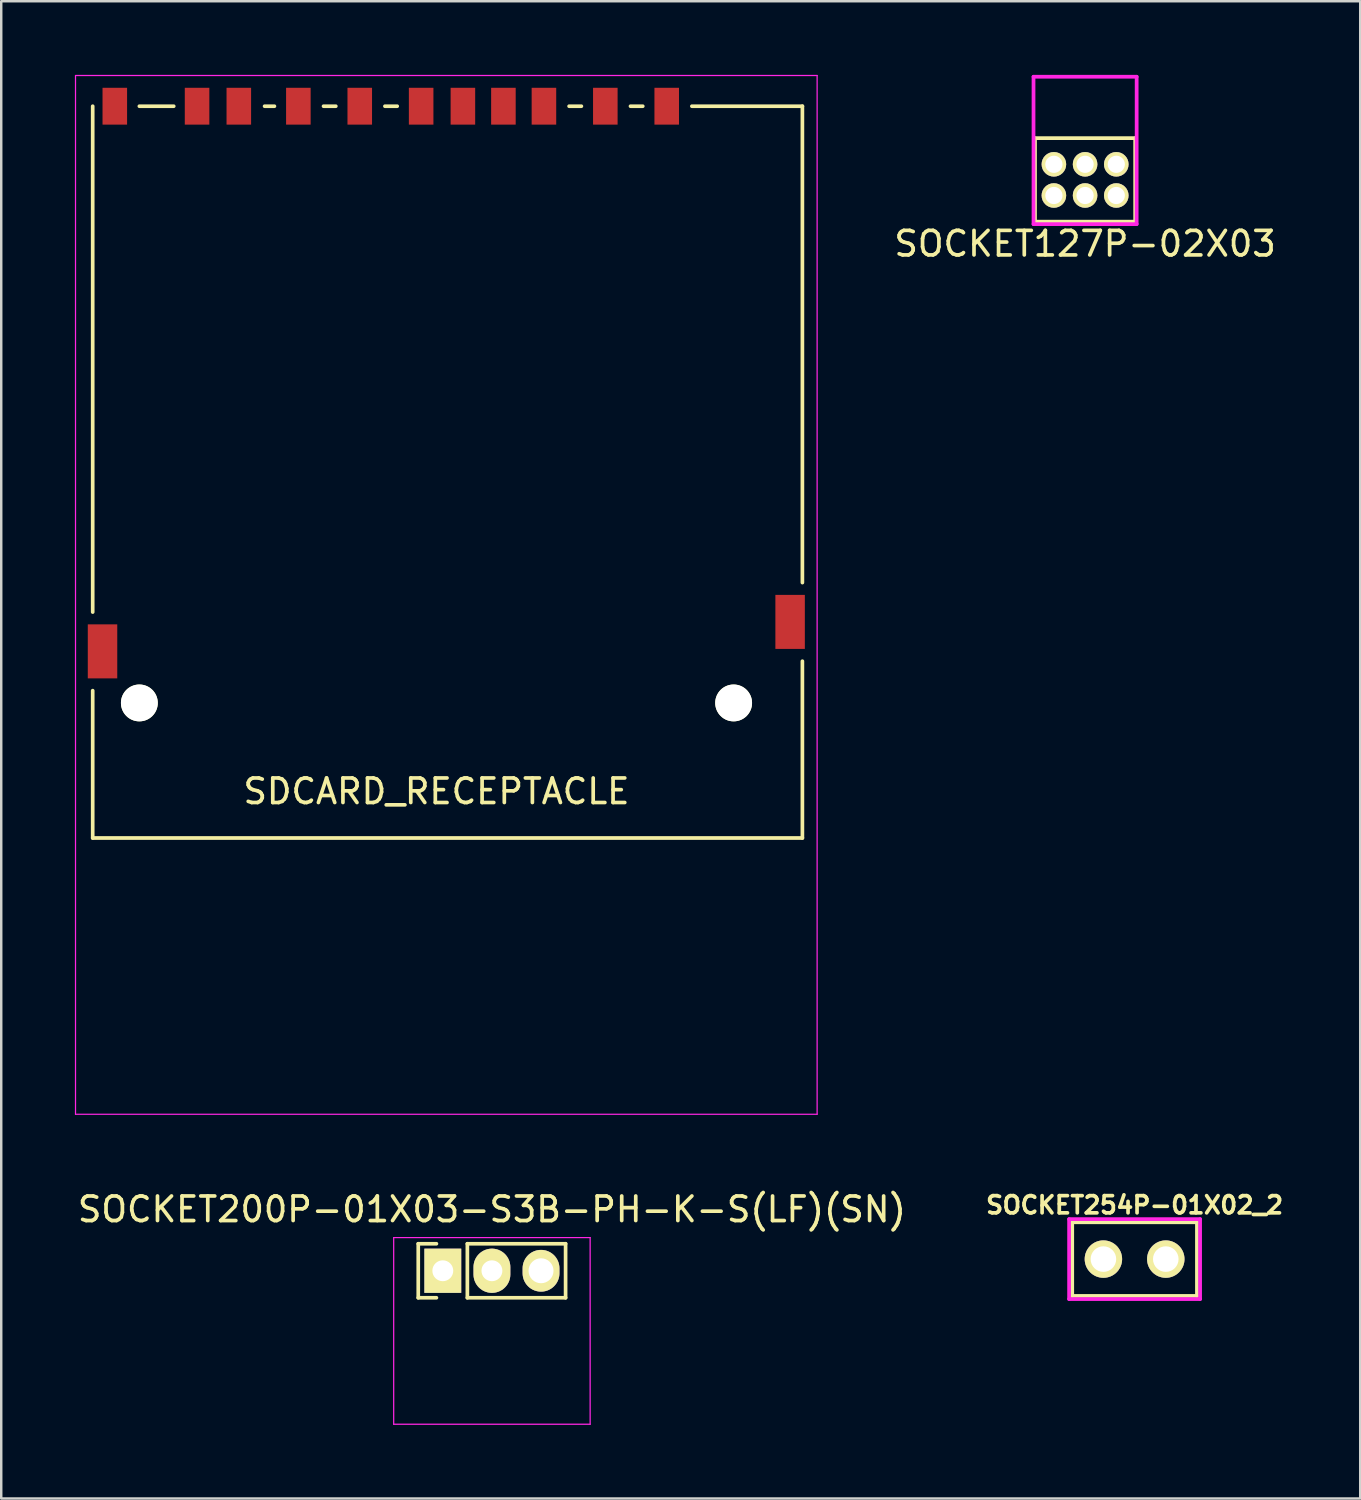
<source format=kicad_pcb>
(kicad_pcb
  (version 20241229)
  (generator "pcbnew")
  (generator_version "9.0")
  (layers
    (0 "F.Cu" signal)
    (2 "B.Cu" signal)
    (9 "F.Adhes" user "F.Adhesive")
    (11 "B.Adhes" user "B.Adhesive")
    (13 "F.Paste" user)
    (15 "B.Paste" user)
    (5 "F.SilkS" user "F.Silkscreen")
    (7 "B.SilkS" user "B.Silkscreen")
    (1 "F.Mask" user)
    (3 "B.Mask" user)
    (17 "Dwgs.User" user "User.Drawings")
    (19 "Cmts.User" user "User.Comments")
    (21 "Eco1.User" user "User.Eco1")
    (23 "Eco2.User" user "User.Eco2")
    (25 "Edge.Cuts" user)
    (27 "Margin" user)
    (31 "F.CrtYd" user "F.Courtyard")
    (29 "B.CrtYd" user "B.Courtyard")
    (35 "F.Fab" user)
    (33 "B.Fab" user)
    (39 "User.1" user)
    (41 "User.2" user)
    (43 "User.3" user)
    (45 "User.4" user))
  (footprint "SOCKET200P-01X03-S3B-PH-K-S(LF)(SN)"
    (layer "F.Cu")
    (at 16.982 48.698)
    (property "Reference" "SOCKET200P-01X03-S3B-PH-K-S(LF)(SN)" (at 0 -2.5 0) (layer "F.SilkS") (effects (font (size 1 1) (thickness 0.15))))
    (attr through_hole)
    (fp_line (start -3 -1.1) (end -3 1.1) (stroke (width 0.15) (type solid)) (layer "F.SilkS"))
    (fp_line (start -3 -1.1) (end -2.26 -1.1) (stroke (width 0.15) (type solid)) (layer "F.SilkS"))
    (fp_line (start -2.26 1.1) (end -3 1.1) (stroke (width 0.15) (type solid)) (layer "F.SilkS"))
    (fp_line (start -1 -1.1) (end 3 -1.1) (stroke (width 0.15) (type solid)) (layer "F.SilkS"))
    (fp_line (start -1 1.1) (end -1 -1.1) (stroke (width 0.15) (type solid)) (layer "F.SilkS"))
    (fp_line (start -1 1.1) (end 3 1.1) (stroke (width 0.15) (type solid)) (layer "F.SilkS"))
    (fp_line (start 3 -1.1) (end 3 1.1) (stroke (width 0.15) (type solid)) (layer "F.SilkS"))
    (fp_line (start -4 -1.35) (end -4 6.25) (stroke (width 0.05) (type solid)) (layer "F.CrtYd"))
    (fp_line (start -4 -1.35) (end 4 -1.35) (stroke (width 0.05) (type solid)) (layer "F.CrtYd"))
    (fp_line (start -4 6.25) (end 4 6.25) (stroke (width 0.05) (type solid)) (layer "F.CrtYd"))
    (fp_line (start 4 -1.35) (end 4 6.25) (stroke (width 0.05) (type solid)) (layer "F.CrtYd"))
    (pad "1" thru_hole rect (at -2 0) (size 1.5 1.8) (drill 0.85) (layers "*.Cu" "*.Mask" "F.SilkS"))
    (pad "2" thru_hole oval (at 0 0) (size 1.5 1.8) (drill 0.85) (layers "*.Cu" "*.Mask" "F.SilkS"))
    (pad "3" thru_hole oval (at 2 0) (size 1.5 1.7) (drill 1.016) (layers "*.Cu" "*.Mask" "F.SilkS")))
  (footprint "SOCKET127P-02X03"
    (layer "F.Cu")
    (at 41.137 4.276)
    (property "Reference" "SOCKET127P-02X03" (at 0 2.6 0) (layer "F.SilkS") (effects (font (size 1 1) (thickness 0.15))))
    (attr through_hole)
    (fp_line (start -2.04 -1.7) (end -2.04 1.7) (stroke (width 0.152) (type solid)) (layer "F.SilkS"))
    (fp_line (start -2.04 -1.7) (end 2.04 -1.7) (stroke (width 0.152) (type solid)) (layer "F.SilkS"))
    (fp_line (start -2.04 1.7) (end 2.04 1.7) (stroke (width 0.152) (type solid)) (layer "F.SilkS"))
    (fp_line (start 2.04 -1.7) (end 2.04 1.7) (stroke (width 0.152) (type solid)) (layer "F.SilkS"))
    (fp_line (start -2.1 -4.2) (end 2.1 -4.2) (stroke (width 0.152) (type solid)) (layer "F.CrtYd"))
    (fp_line (start -2.1 1.8) (end -2.1 -4.2) (stroke (width 0.152) (type solid)) (layer "F.CrtYd"))
    (fp_line (start -2.1 1.8) (end 2.1 1.8) (stroke (width 0.152) (type solid)) (layer "F.CrtYd"))
    (fp_line (start 2.1 1.8) (end 2.1 -4.2) (stroke (width 0.152) (type solid)) (layer "F.CrtYd"))
    (pad "1" thru_hole circle (at -1.27 0.635) (size 1 1) (drill 0.7) (layers "*.Cu" "*.Mask" "F.SilkS"))
    (pad "2" thru_hole circle (at -1.27 -0.635) (size 1 1) (drill 0.7) (layers "*.Cu" "*.Mask" "F.SilkS"))
    (pad "3" thru_hole circle (at 0 0.635) (size 1 1) (drill 0.7) (layers "*.Cu" "*.Mask" "F.SilkS"))
    (pad "4" thru_hole circle (at 0 -0.635) (size 1 1) (drill 0.7) (layers "*.Cu" "*.Mask" "F.SilkS"))
    (pad "5" thru_hole circle (at 1.27 0.635) (size 1 1) (drill 0.7) (layers "*.Cu" "*.Mask" "F.SilkS"))
    (pad "6" thru_hole circle (at 1.27 -0.635) (size 1 1) (drill 0.7) (layers "*.Cu" "*.Mask" "F.SilkS")))
  (footprint "SOCKET254P-01X02_2"
    (layer "F.Cu")
    (at 43.153 48.223)
    (property "Reference" "SOCKET254P-01X02_2" (at 0 -2.2 0) (layer "F.SilkS") (effects (font (size 0.7 0.7) (thickness 0.15))))
    (attr through_hole)
    (fp_line (start -2.54 1.5) (end -2.54 -1.5) (stroke (width 0.152) (type solid)) (layer "F.SilkS"))
    (fp_line (start 2.54 -1.5) (end -2.54 -1.5) (stroke (width 0.152) (type solid)) (layer "F.SilkS"))
    (fp_line (start 2.54 1.5) (end -2.54 1.5) (stroke (width 0.152) (type solid)) (layer "F.SilkS"))
    (fp_line (start 2.54 1.5) (end 2.54 -1.5) (stroke (width 0.152) (type solid)) (layer "F.SilkS"))
    (fp_line (start -2.667 -1.627) (end -2.667 1.627) (stroke (width 0.152) (type solid)) (layer "F.CrtYd"))
    (fp_line (start -2.667 1.627) (end 2.667 1.627) (stroke (width 0.152) (type solid)) (layer "F.CrtYd"))
    (fp_line (start 2.667 -1.627) (end -2.667 -1.627) (stroke (width 0.152) (type solid)) (layer "F.CrtYd"))
    (fp_line (start 2.667 1.627) (end 2.667 -1.627) (stroke (width 0.152) (type solid)) (layer "F.CrtYd"))
    (pad "1" thru_hole circle (at -1.27 0) (size 1.524 1.524) (drill 1.041) (layers "*.Cu" "*.Mask" "F.SilkS"))
    (pad "2" thru_hole circle (at 1.27 0) (size 1.524 1.524) (drill 1.041) (layers "*.Cu" "*.Mask" "F.SilkS")))
  (footprint "SDCARD_RECEPTACLE"
    (layer "F.Cu")
    (at 14.725 16.175)
    (property "Reference" "SDCARD_RECEPTACLE" (at 0 13 0) (layer "F.SilkS") (effects (font (size 1 1) (thickness 0.15))))
    (attr through_hole)
    (fp_line (start -14 5.7) (end -14 -14.9) (stroke (width 0.15) (type solid)) (layer "F.SilkS"))
    (fp_line (start -14 14.9) (end -14 8.9) (stroke (width 0.15) (type solid)) (layer "F.SilkS"))
    (fp_line (start -12.1 -14.9) (end -10.7 -14.9) (stroke (width 0.15) (type solid)) (layer "F.SilkS"))
    (fp_line (start -7 -14.9) (end -6.6 -14.9) (stroke (width 0.15) (type solid)) (layer "F.SilkS"))
    (fp_line (start -4.6 -14.9) (end -4.1 -14.9) (stroke (width 0.15) (type solid)) (layer "F.SilkS"))
    (fp_line (start -2.1 -14.9) (end -1.6 -14.9) (stroke (width 0.15) (type solid)) (layer "F.SilkS"))
    (fp_line (start 5.4 -14.9) (end 5.9 -14.9) (stroke (width 0.15) (type solid)) (layer "F.SilkS"))
    (fp_line (start 7.9 -14.9) (end 8.4 -14.9) (stroke (width 0.15) (type solid)) (layer "F.SilkS"))
    (fp_line (start 14.9 -14.9) (end 10.4 -14.9) (stroke (width 0.15) (type solid)) (layer "F.SilkS"))
    (fp_line (start 14.9 4.5) (end 14.9 -14.9) (stroke (width 0.15) (type solid)) (layer "F.SilkS"))
    (fp_line (start 14.9 14.9) (end -14 14.9) (stroke (width 0.15) (type solid)) (layer "F.SilkS"))
    (fp_line (start 14.9 14.9) (end 14.9 7.7) (stroke (width 0.15) (type solid)) (layer "F.SilkS"))
    (fp_line (start -14.7 -16.15) (end -14.7 26.15) (stroke (width 0.05) (type solid)) (layer "F.CrtYd"))
    (fp_line (start -14.7 26.15) (end 15.5 26.15) (stroke (width 0.05) (type solid)) (layer "F.CrtYd"))
    (fp_line (start 15.5 -16.15) (end -14.7 -16.15) (stroke (width 0.05) (type solid)) (layer "F.CrtYd"))
    (fp_line (start 15.5 26.15) (end 15.5 -16.15) (stroke (width 0.05) (type solid)) (layer "F.CrtYd"))
    (pad "" np_thru_hole circle (at -12.1 9.4) (size 1.5 1.5) (drill 1.5) (layers "*.Cu" "*.Mask" "F.SilkS"))
    (pad "" np_thru_hole circle (at 12.1 9.4) (size 1.5 1.5) (drill 1.5) (layers "*.Cu" "*.Mask" "F.SilkS"))
    (pad "1" smd rect (at 6.875 -14.9) (size 1 1.5) (layers "F.Cu" "F.Mask" "F.Paste"))
    (pad "2" smd rect (at 4.375 -14.9) (size 1 1.5) (layers "F.Cu" "F.Mask" "F.Paste"))
    (pad "3" smd rect (at 1.075 -14.9) (size 1 1.5) (layers "F.Cu" "F.Mask" "F.Paste"))
    (pad "4" smd rect (at -0.625 -14.9) (size 1 1.5) (layers "F.Cu" "F.Mask" "F.Paste"))
    (pad "5" smd rect (at -3.125 -14.9) (size 1 1.5) (layers "F.Cu" "F.Mask" "F.Paste"))
    (pad "6" smd rect (at -5.625 -14.9) (size 1 1.5) (layers "F.Cu" "F.Mask" "F.Paste"))
    (pad "7" smd rect (at -8.05 -14.9) (size 1 1.5) (layers "F.Cu" "F.Mask" "F.Paste"))
    (pad "8" smd rect (at -9.75 -14.9) (size 1 1.5) (layers "F.Cu" "F.Mask" "F.Paste"))
    (pad "9" smd rect (at 9.375 -14.9) (size 1 1.5) (layers "F.Cu" "F.Mask" "F.Paste"))
    (pad "10" smd rect (at 2.725 -14.9) (size 1 1.5) (layers "F.Cu" "F.Mask" "F.Paste"))
    (pad "11" smd rect (at -13.1 -14.9) (size 1 1.5) (layers "F.Cu" "F.Mask" "F.Paste"))
    (pad "12" smd rect (at 14.4 6.1) (size 1.2 2.2) (layers "F.Cu" "F.Mask" "F.Paste"))
    (pad "13" smd rect (at -13.6 7.3) (size 1.2 2.2) (layers "F.Cu" "F.Mask" "F.Paste")))
  (gr_rect
    (start -3 -3)
    (end 52.341 57.973)
    (stroke (width 0.1) (type default))
    (fill no)
    (layer "Edge.Cuts")))
</source>
